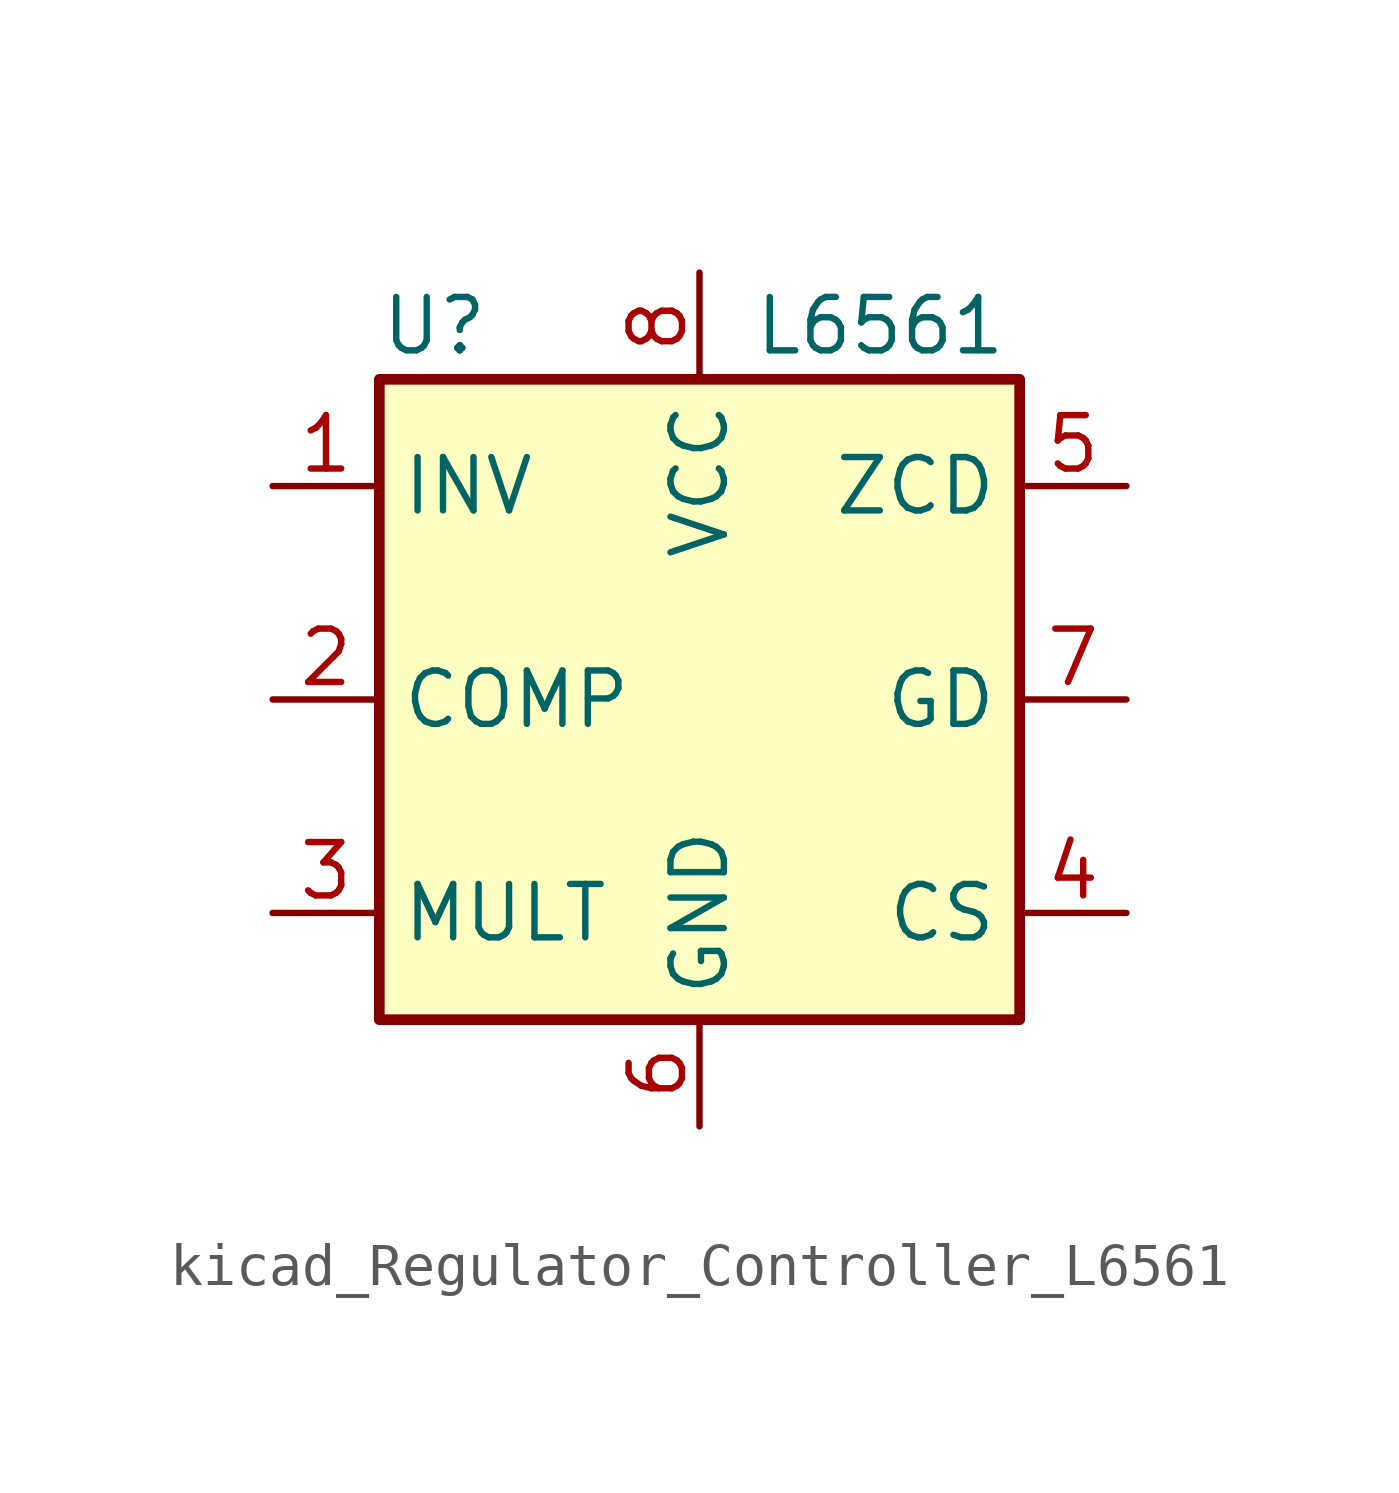
<source format=kicad_sym>
(kicad_symbol_lib
  (version 20220914)
  (generator kicad_symbol_editor)
  (symbol "kicad_Regulator_Controller_L6561"
    (property "Reference" "U"
      (at -7.62 8.89 0)
      (effects (font (size 1.27 1.27)) (justify left)))
    (property "Value" "L6561"
      (at 1.27 8.89 0)
      (effects (font (size 1.27 1.27)) (justify left)))
    (symbol "kicad_Regulator_Controller_L6561_0_0"
      (rectangle (start -7.62 7.62) (end 7.62 -7.62) (stroke (width 0.254) (type default)) (fill (type background))))
    (symbol "kicad_Regulator_Controller_L6561_1_1"
      (pin input line (at -10.16 5.08 0) (length 2.54) (name "INV" (effects (font (size 1.27 1.27)))) (number "1" (effects (font (size 1.27 1.27)))))
      (pin output line (at -10.16 0 0) (length 2.54) (name "COMP" (effects (font (size 1.27 1.27)))) (number "2" (effects (font (size 1.27 1.27)))))
      (pin input line (at -10.16 -5.08 0) (length 2.54) (name "MULT" (effects (font (size 1.27 1.27)))) (number "3" (effects (font (size 1.27 1.27)))))
      (pin input line (at 10.16 -5.08 180) (length 2.54) (name "CS" (effects (font (size 1.27 1.27)))) (number "4" (effects (font (size 1.27 1.27)))))
      (pin input line (at 10.16 5.08 180) (length 2.54) (name "ZCD" (effects (font (size 1.27 1.27)))) (number "5" (effects (font (size 1.27 1.27)))))
      (pin power_in line (at 0 -10.16 90) (length 2.54) (name "GND" (effects (font (size 1.27 1.27)))) (number "6" (effects (font (size 1.27 1.27)))))
      (pin output line (at 10.16 0 180) (length 2.54) (name "GD" (effects (font (size 1.27 1.27)))) (number "7" (effects (font (size 1.27 1.27)))))
      (pin power_in line (at 0 10.16 270) (length 2.54) (name "VCC" (effects (font (size 1.27 1.27)))) (number "8" (effects (font (size 1.27 1.27))))))))
</source>
